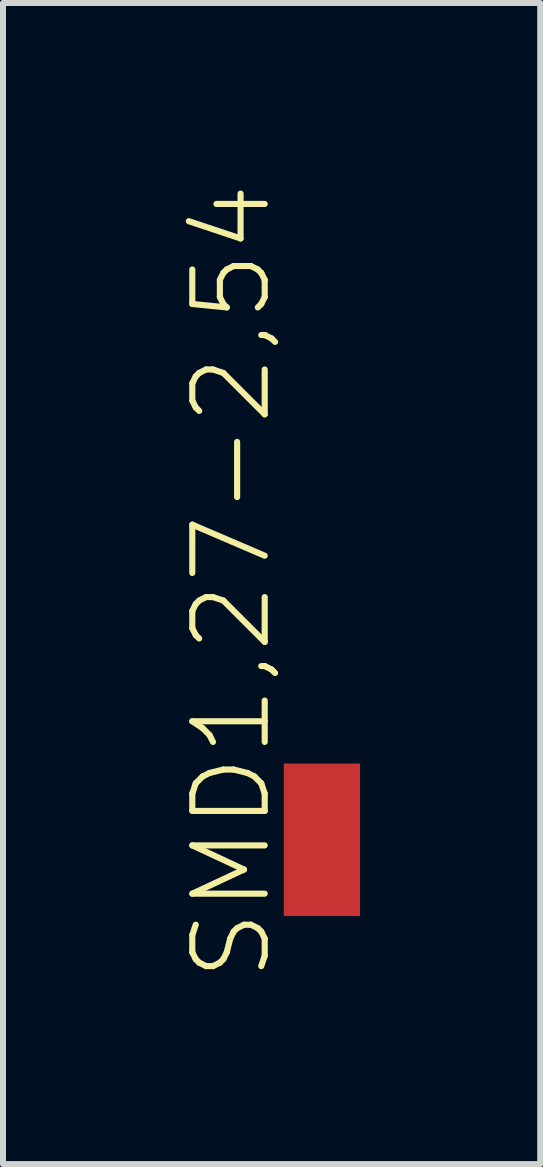
<source format=kicad_pcb>
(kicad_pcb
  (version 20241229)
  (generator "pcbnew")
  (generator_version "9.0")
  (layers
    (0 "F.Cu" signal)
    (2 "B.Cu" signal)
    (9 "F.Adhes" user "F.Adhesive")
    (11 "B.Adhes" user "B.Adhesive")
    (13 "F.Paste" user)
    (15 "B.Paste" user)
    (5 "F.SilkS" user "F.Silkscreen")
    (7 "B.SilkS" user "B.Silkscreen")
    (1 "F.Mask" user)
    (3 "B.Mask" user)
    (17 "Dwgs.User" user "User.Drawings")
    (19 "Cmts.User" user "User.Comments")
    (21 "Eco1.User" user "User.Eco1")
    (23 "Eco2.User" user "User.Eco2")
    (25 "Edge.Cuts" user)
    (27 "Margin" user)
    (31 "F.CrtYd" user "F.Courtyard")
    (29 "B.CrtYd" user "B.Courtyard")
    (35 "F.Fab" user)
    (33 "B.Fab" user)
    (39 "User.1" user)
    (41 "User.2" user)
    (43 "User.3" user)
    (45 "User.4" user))
  (footprint "SMD1,27-2,54"
    (layer "F.Cu")
    (at 2.311 10.935)
    (property "Reference" "SMD1,27-2,54" (at -0.8 2.4 90) (layer "F.SilkS") (effects (font (size 1.206 1.206) (thickness 0.102)) (justify left bottom)))
    (attr through_hole)
    (pad "1" smd rect (at 0 0) (size 1.27 2.54) (layers "F.Cu" "F.Mask" "F.Paste")))
  (gr_rect
    (start -3 -3)
    (end 5.946 16.335)
    (stroke (width 0.1) (type default))
    (fill no)
    (layer "Edge.Cuts")))
</source>
